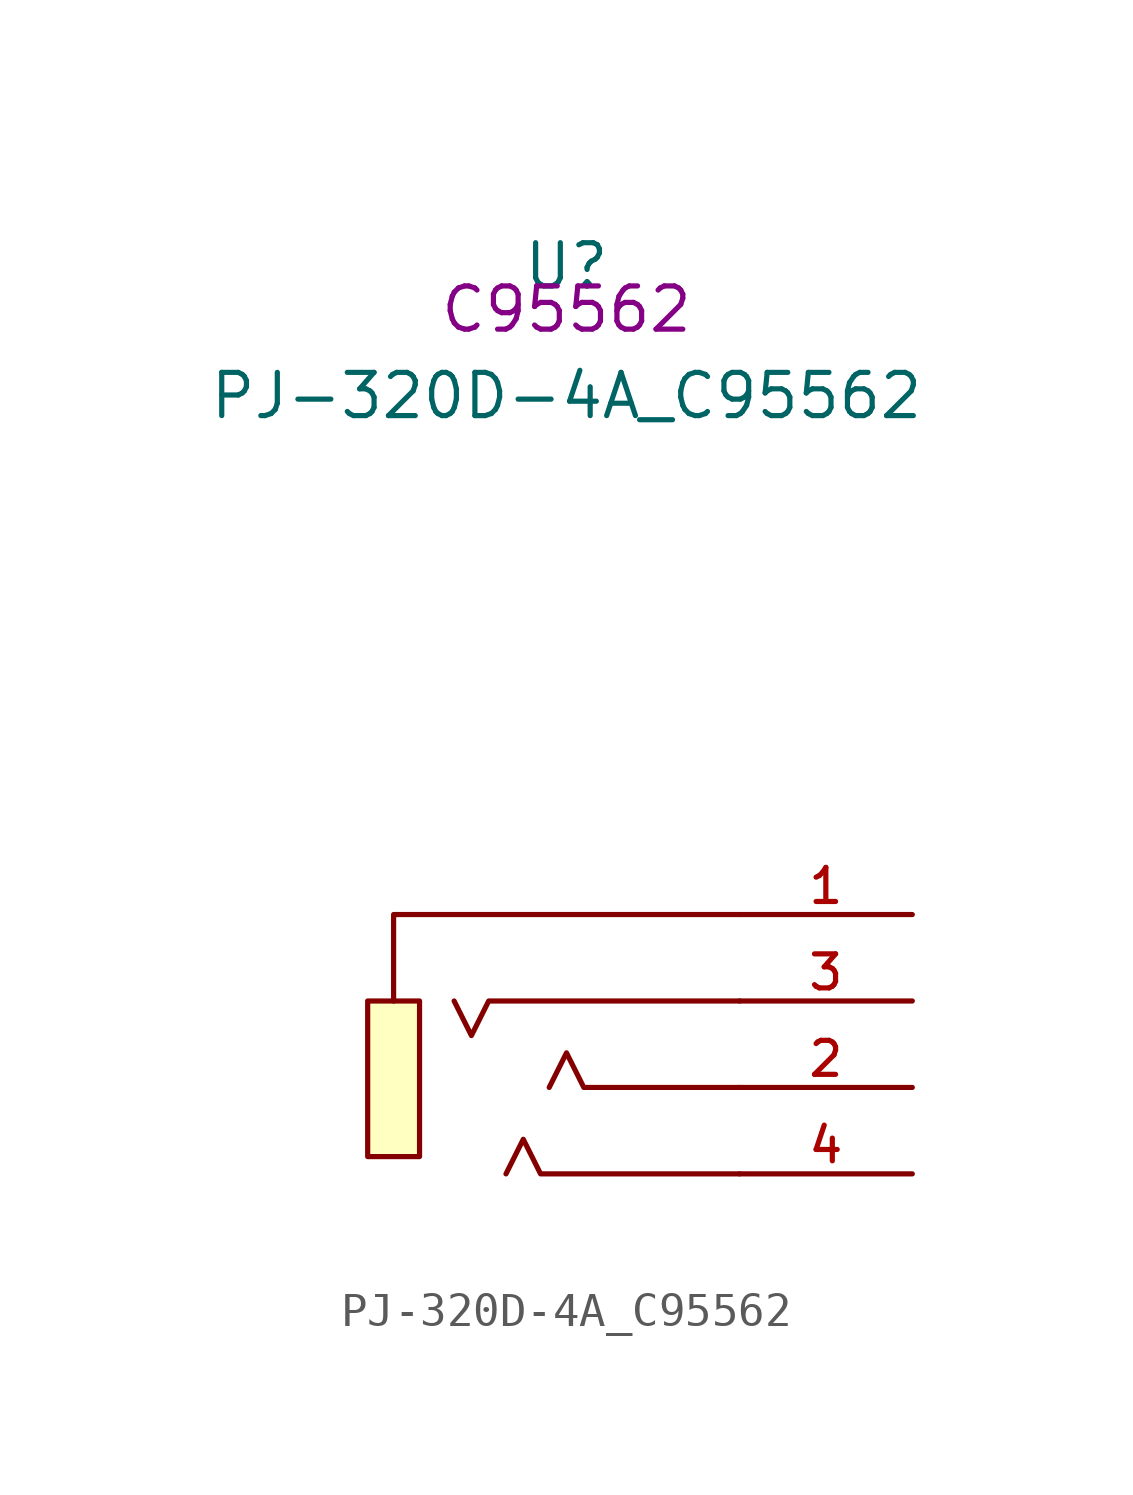
<source format=kicad_sym>
(kicad_symbol_lib
  (version 20211014)
  (generator TousstNicolas/JLC2KiCad_lib)
  (symbol "PJ-320D-4A_C95562"
    (pin_names hide)
    (property "Reference" "U"
      (at 0 1.27 0)
      (effects (font (size 1.27 1.27))))
    (property "Value" "PJ-320D-4A_C95562"
      (at 0 -2.54 0)
      (effects (font (size 1.27 1.27))))
    (property "LCSC" "C95562"
      (at 0 0 0)
      (effects (font (size 1.27 1.27))))
    (symbol "PJ-320D-4A_C95562_0_0"
      (polyline (pts (xy 5.08 -17.78) (xy -5.08 -17.78) (xy -5.08 -20.32)) (stroke (width 0) (type default) (color 0 0 0 0)) (fill (type none)))
      (rectangle (start -5.842 -20.32) (end -4.318 -24.892) (stroke (width 0) (type default) (color 0 0 0 0)) (fill (type background)))
      (pin unspecified line (at 10.16 -17.78 180) (length 5.08) (name "1" (effects (font (size 1 1)))) (number "1" (effects (font (size 1 1)))))
      (pin unspecified line (at 10.16 -22.86 180) (length 5.08) (name "2" (effects (font (size 1 1)))) (number "2" (effects (font (size 1 1)))))
      (pin unspecified line (at 10.16 -25.4 180) (length 5.08) (name "4" (effects (font (size 1 1)))) (number "4" (effects (font (size 1 1)))))
      (pin unspecified line (at 10.16 -20.32 180) (length 5.08) (name "3" (effects (font (size 1 1)))) (number "3" (effects (font (size 1 1)))))
      (polyline (pts (xy 5.08 -20.32) (xy -2.286 -20.32) (xy -2.794 -21.336) (xy -3.302 -20.32)) (stroke (width 0) (type default) (color 0 0 0 0)) (fill (type none)))
      (polyline (pts (xy 5.08 -22.86) (xy 0.508 -22.86) (xy 0.0 -21.844) (xy -0.508 -22.86)) (stroke (width 0) (type default) (color 0 0 0 0)) (fill (type none)))
      (polyline (pts (xy 5.08 -25.4) (xy -0.762 -25.4) (xy -1.27 -24.384) (xy -1.778 -25.4)) (stroke (width 0) (type default) (color 0 0 0 0)) (fill (type none))))))
</source>
